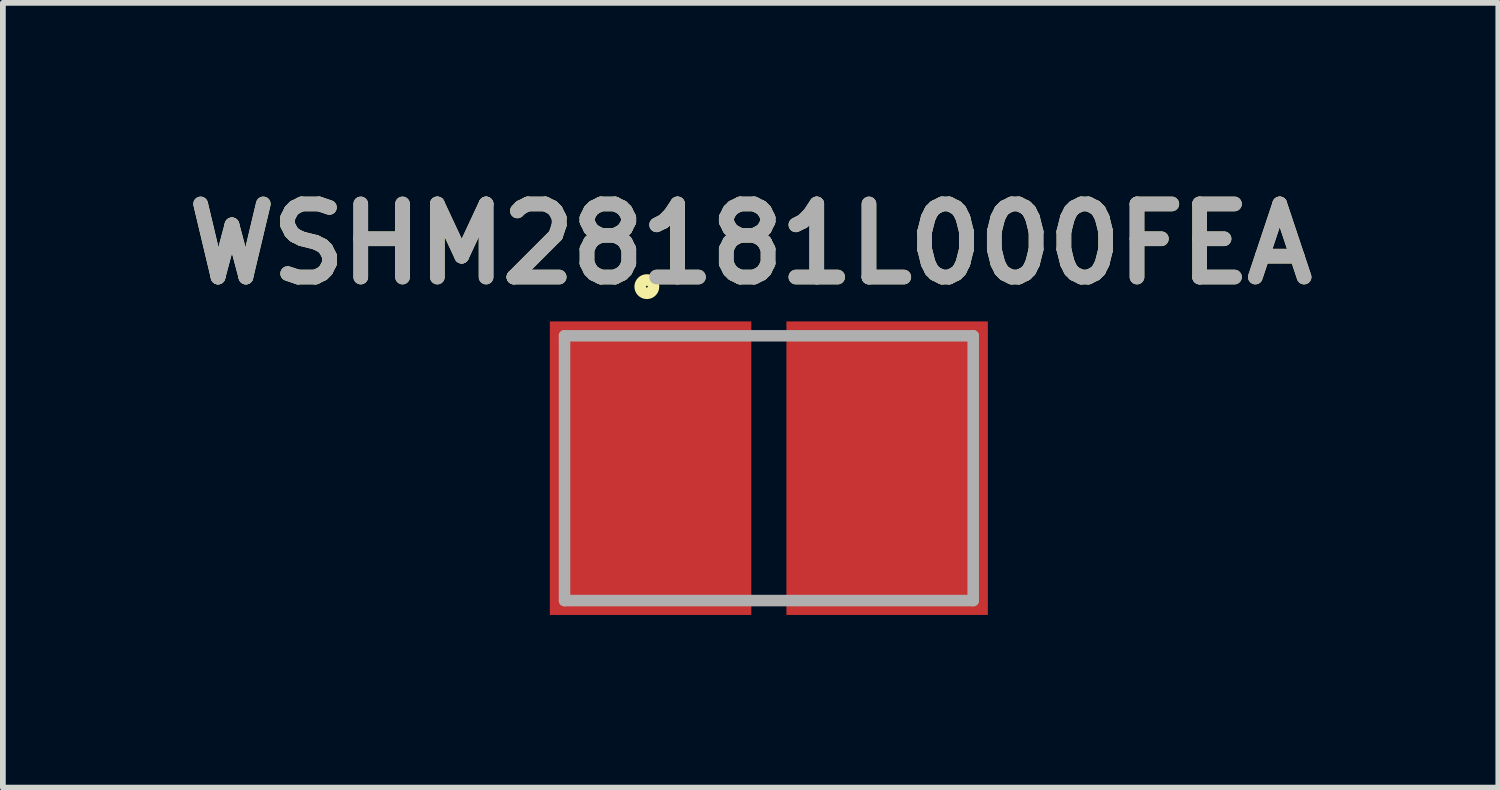
<source format=kicad_pcb>
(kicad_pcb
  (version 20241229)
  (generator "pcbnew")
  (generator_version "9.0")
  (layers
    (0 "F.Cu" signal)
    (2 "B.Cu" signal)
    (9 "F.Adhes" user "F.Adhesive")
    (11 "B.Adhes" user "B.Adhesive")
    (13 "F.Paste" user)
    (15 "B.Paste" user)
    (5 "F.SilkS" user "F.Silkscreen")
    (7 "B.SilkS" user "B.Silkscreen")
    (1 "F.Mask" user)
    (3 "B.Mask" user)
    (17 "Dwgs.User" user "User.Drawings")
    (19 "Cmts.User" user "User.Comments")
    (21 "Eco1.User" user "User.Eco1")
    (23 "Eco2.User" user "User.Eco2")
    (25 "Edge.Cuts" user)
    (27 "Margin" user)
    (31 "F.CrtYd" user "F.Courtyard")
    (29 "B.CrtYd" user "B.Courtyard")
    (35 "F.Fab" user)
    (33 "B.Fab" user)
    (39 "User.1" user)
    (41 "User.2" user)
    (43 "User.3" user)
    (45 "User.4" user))
  (footprint "WSHM28181L000FEA"
    (layer "F.Cu")
    (at 10.308 5.084)
    (property "Reference" "WSHM28181L000FEA" (at -0.317 -3.895 0) (layer "F.SilkS") (effects (font (size 1.27 1.27) (thickness 0.254))))
    (attr smd)
    (fp_circle (center -2.12 -3.154) (end -2.12 -3.038) (stroke (width 0.2) (type solid)) (fill no) (layer "F.SilkS"))
    (fp_line (start -3.55 -2.3) (end 3.55 -2.3) (stroke (width 0.2) (type solid)) (layer "F.Fab"))
    (fp_line (start -3.55 2.3) (end -3.55 -2.3) (stroke (width 0.2) (type solid)) (layer "F.Fab"))
    (fp_line (start 3.55 -2.3) (end 3.55 2.3) (stroke (width 0.2) (type solid)) (layer "F.Fab"))
    (fp_line (start 3.55 2.3) (end -3.55 2.3) (stroke (width 0.2) (type solid)) (layer "F.Fab"))
    (fp_text user "${REFERENCE}" (at -0.317 -3.895 0) (layer "F.Fab") (effects (font (size 1.27 1.27) (thickness 0.254))))
    (pad "1" smd rect (at -2.055 0) (size 3.5 5.1) (layers "F.Cu" "F.Mask" "F.Paste"))
    (pad "2" smd rect (at 2.055 0) (size 3.5 5.1) (layers "F.Cu" "F.Mask" "F.Paste")))
  (gr_rect
    (start -3 -3)
    (end 22.981 10.634)
    (stroke (width 0.1) (type default))
    (fill no)
    (layer "Edge.Cuts")))
</source>
